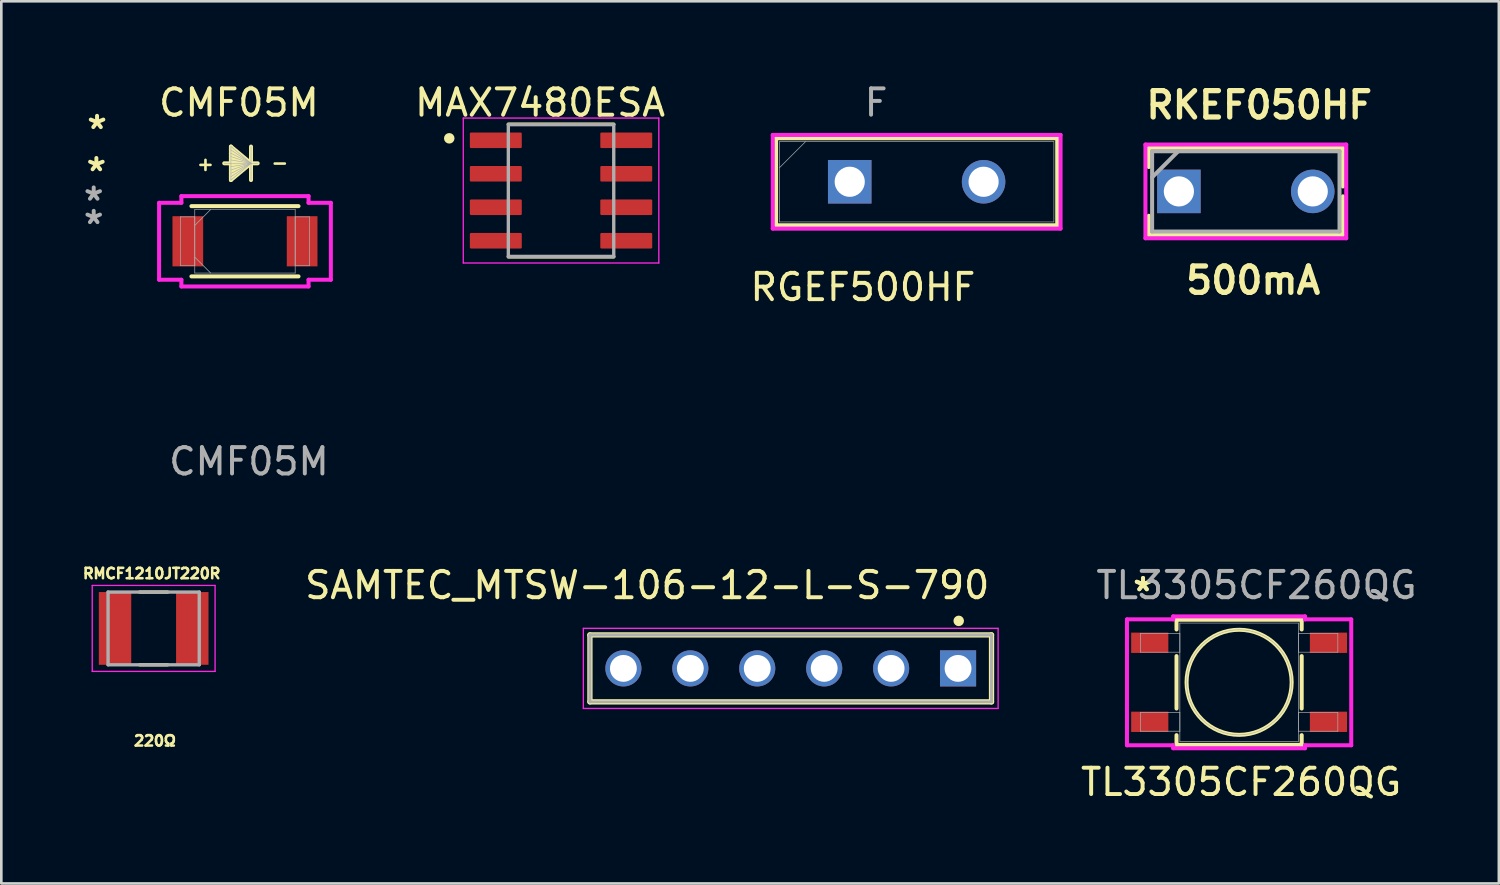
<source format=kicad_pcb>
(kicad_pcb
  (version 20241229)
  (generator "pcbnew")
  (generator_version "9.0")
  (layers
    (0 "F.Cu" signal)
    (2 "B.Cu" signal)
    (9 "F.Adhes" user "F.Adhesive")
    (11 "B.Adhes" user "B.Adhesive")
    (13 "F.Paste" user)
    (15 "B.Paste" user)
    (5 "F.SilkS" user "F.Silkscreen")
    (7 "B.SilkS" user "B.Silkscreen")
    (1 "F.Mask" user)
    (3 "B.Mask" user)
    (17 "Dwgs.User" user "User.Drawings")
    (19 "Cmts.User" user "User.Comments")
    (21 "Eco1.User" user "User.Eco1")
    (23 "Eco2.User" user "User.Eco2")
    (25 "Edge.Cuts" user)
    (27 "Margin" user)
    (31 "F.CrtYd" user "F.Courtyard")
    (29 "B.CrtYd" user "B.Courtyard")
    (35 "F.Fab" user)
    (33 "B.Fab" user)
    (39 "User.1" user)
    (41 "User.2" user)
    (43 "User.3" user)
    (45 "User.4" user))
  (footprint "RGEF500HF"
    (layer "F.Cu")
    (at 29.195 3.848)
    (property "Reference" "RGEF500HF" (at 0.5 4 0) (unlocked yes) (layer "F.SilkS") (effects (font (size 1 1) (thickness 0.15))))
    (attr through_hole)
    (fp_line (start -2.794 -1.651) (end -2.794 1.651) (stroke (width 0.152) (type solid)) (layer "F.SilkS"))
    (fp_line (start -2.794 1.651) (end 7.874 1.651) (stroke (width 0.152) (type solid)) (layer "F.SilkS"))
    (fp_line (start 7.874 -1.651) (end -2.794 -1.651) (stroke (width 0.152) (type solid)) (layer "F.SilkS"))
    (fp_line (start 7.874 1.651) (end 7.874 -1.651) (stroke (width 0.152) (type solid)) (layer "F.SilkS"))
    (fp_line (start -2.921 -1.778) (end 8.001 -1.778) (stroke (width 0.152) (type solid)) (layer "F.CrtYd"))
    (fp_line (start -2.921 1.778) (end -2.921 -1.778) (stroke (width 0.152) (type solid)) (layer "F.CrtYd"))
    (fp_line (start 8.001 -1.778) (end 8.001 1.778) (stroke (width 0.152) (type solid)) (layer "F.CrtYd"))
    (fp_line (start 8.001 1.778) (end -2.921 1.778) (stroke (width 0.152) (type solid)) (layer "F.CrtYd"))
    (fp_line (start -2.667 -1.524) (end -2.667 1.524) (stroke (width 0.025) (type solid)) (layer "F.Fab"))
    (fp_line (start -2.667 -0.533) (end -1.676 -1.524) (stroke (width 0.025) (type solid)) (layer "F.Fab"))
    (fp_line (start -2.667 1.524) (end 7.747 1.524) (stroke (width 0.025) (type solid)) (layer "F.Fab"))
    (fp_line (start 7.747 -1.524) (end -2.667 -1.524) (stroke (width 0.025) (type solid)) (layer "F.Fab"))
    (fp_line (start 7.747 1.524) (end 7.747 -1.524) (stroke (width 0.025) (type solid)) (layer "F.Fab"))
    (fp_text user "F" (at 1 -3 0) (unlocked yes) (layer "F.Fab") (effects (font (size 1 1) (thickness 0.15))))
    (pad "1" thru_hole rect (at 0 0) (size 1.651 1.651) (drill 1.143) (layers "*.Cu" "*.Mask"))
    (pad "2" thru_hole circle (at 5.08 0) (size 1.651 1.651) (drill 1.143) (layers "*.Cu" "*.Mask")))
  (footprint "TL3305CF260QG"
    (layer "F.Cu")
    (at 43.971 22.842)
    (property "Reference" "TL3305CF260QG" (at 0.076 3.785 0) (unlocked yes) (layer "F.SilkS") (effects (font (size 1 1) (thickness 0.15))))
    (attr smd)
    (fp_line (start -2.375 -2.375) (end -2.375 -2.005) (stroke (width 0.152) (type solid)) (layer "F.SilkS"))
    (fp_line (start -2.375 -0.995) (end -2.375 0.995) (stroke (width 0.152) (type solid)) (layer "F.SilkS"))
    (fp_line (start -2.375 2.005) (end -2.375 2.375) (stroke (width 0.152) (type solid)) (layer "F.SilkS"))
    (fp_line (start -2.375 2.375) (end 2.375 2.375) (stroke (width 0.152) (type solid)) (layer "F.SilkS"))
    (fp_line (start 2.375 -2.375) (end -2.375 -2.375) (stroke (width 0.152) (type solid)) (layer "F.SilkS"))
    (fp_line (start 2.375 -2.005) (end 2.375 -2.375) (stroke (width 0.152) (type solid)) (layer "F.SilkS"))
    (fp_line (start 2.375 0.995) (end 2.375 -0.995) (stroke (width 0.152) (type solid)) (layer "F.SilkS"))
    (fp_line (start 2.375 2.375) (end 2.375 2.005) (stroke (width 0.152) (type solid)) (layer "F.SilkS"))
    (fp_circle (center 0 0) (end 1.994 0) (stroke (width 0.152) (type solid)) (fill no) (layer "F.SilkS"))
    (fp_line (start -4.255 -2.389) (end -2.502 -2.389) (stroke (width 0.152) (type solid)) (layer "F.CrtYd"))
    (fp_line (start -4.255 2.389) (end -4.255 -2.389) (stroke (width 0.152) (type solid)) (layer "F.CrtYd"))
    (fp_line (start -2.502 -2.502) (end 2.502 -2.502) (stroke (width 0.152) (type solid)) (layer "F.CrtYd"))
    (fp_line (start -2.502 -2.389) (end -2.502 -2.502) (stroke (width 0.152) (type solid)) (layer "F.CrtYd"))
    (fp_line (start -2.502 2.389) (end -4.255 2.389) (stroke (width 0.152) (type solid)) (layer "F.CrtYd"))
    (fp_line (start -2.502 2.502) (end -2.502 2.389) (stroke (width 0.152) (type solid)) (layer "F.CrtYd"))
    (fp_line (start 2.502 -2.502) (end 2.502 -2.389) (stroke (width 0.152) (type solid)) (layer "F.CrtYd"))
    (fp_line (start 2.502 -2.389) (end 4.255 -2.389) (stroke (width 0.152) (type solid)) (layer "F.CrtYd"))
    (fp_line (start 2.502 2.389) (end 2.502 2.502) (stroke (width 0.152) (type solid)) (layer "F.CrtYd"))
    (fp_line (start 2.502 2.502) (end -2.502 2.502) (stroke (width 0.152) (type solid)) (layer "F.CrtYd"))
    (fp_line (start 4.255 -2.389) (end 4.255 2.389) (stroke (width 0.152) (type solid)) (layer "F.CrtYd"))
    (fp_line (start 4.255 2.389) (end 2.502 2.389) (stroke (width 0.152) (type solid)) (layer "F.CrtYd"))
    (fp_line (start -3.747 -1.856) (end -3.747 -1.144) (stroke (width 0.025) (type solid)) (layer "F.Fab"))
    (fp_line (start -3.747 -1.144) (end -2.248 -1.144) (stroke (width 0.025) (type solid)) (layer "F.Fab"))
    (fp_line (start -3.747 1.144) (end -3.747 1.856) (stroke (width 0.025) (type solid)) (layer "F.Fab"))
    (fp_line (start -3.747 1.856) (end -2.248 1.856) (stroke (width 0.025) (type solid)) (layer "F.Fab"))
    (fp_line (start -2.248 -2.248) (end -2.248 2.248) (stroke (width 0.025) (type solid)) (layer "F.Fab"))
    (fp_line (start -2.248 -1.856) (end -3.747 -1.856) (stroke (width 0.025) (type solid)) (layer "F.Fab"))
    (fp_line (start -2.248 -1.144) (end -2.248 -1.856) (stroke (width 0.025) (type solid)) (layer "F.Fab"))
    (fp_line (start -2.248 1.144) (end -3.747 1.144) (stroke (width 0.025) (type solid)) (layer "F.Fab"))
    (fp_line (start -2.248 1.856) (end -2.248 1.144) (stroke (width 0.025) (type solid)) (layer "F.Fab"))
    (fp_line (start -2.248 2.248) (end 2.248 2.248) (stroke (width 0.025) (type solid)) (layer "F.Fab"))
    (fp_line (start 2.248 -2.248) (end -2.248 -2.248) (stroke (width 0.025) (type solid)) (layer "F.Fab"))
    (fp_line (start 2.248 -1.856) (end 2.248 -1.144) (stroke (width 0.025) (type solid)) (layer "F.Fab"))
    (fp_line (start 2.248 -1.144) (end 3.747 -1.144) (stroke (width 0.025) (type solid)) (layer "F.Fab"))
    (fp_line (start 2.248 1.144) (end 2.248 1.856) (stroke (width 0.025) (type solid)) (layer "F.Fab"))
    (fp_line (start 2.248 1.856) (end 3.747 1.856) (stroke (width 0.025) (type solid)) (layer "F.Fab"))
    (fp_line (start 2.248 2.248) (end 2.248 -2.248) (stroke (width 0.025) (type solid)) (layer "F.Fab"))
    (fp_line (start 3.747 -1.856) (end 2.248 -1.856) (stroke (width 0.025) (type solid)) (layer "F.Fab"))
    (fp_line (start 3.747 -1.144) (end 3.747 -1.856) (stroke (width 0.025) (type solid)) (layer "F.Fab"))
    (fp_line (start 3.747 1.144) (end 2.248 1.144) (stroke (width 0.025) (type solid)) (layer "F.Fab"))
    (fp_line (start 3.747 1.856) (end 3.747 1.144) (stroke (width 0.025) (type solid)) (layer "F.Fab"))
    (fp_circle (center 0 0) (end 1.994 0) (stroke (width 0.025) (type solid)) (fill no) (layer "F.Fab"))
    (fp_text user "*" (at -3.645 -3.414 0) (unlocked yes) (layer "F.SilkS") (effects (font (size 1 1) (thickness 0.15))))
    (fp_text user "*" (at -3.645 -3.414 0) (layer "F.SilkS") (effects (font (size 1 1) (thickness 0.15))))
    (fp_text user "${REFERENCE}" (at 0.66 -3.683 0) (unlocked yes) (layer "F.Fab") (effects (font (size 1 1) (thickness 0.15))))
    (pad "1" smd rect (at -3.391 -1.5) (size 1.411 0.771) (layers "F.Cu" "F.Mask" "F.Paste"))
    (pad "2" smd rect (at 3.391 -1.5) (size 1.411 0.771) (layers "F.Cu" "F.Mask" "F.Paste"))
    (pad "3" smd rect (at -3.391 1.5) (size 1.411 0.771) (layers "F.Cu" "F.Mask" "F.Paste"))
    (pad "4" smd rect (at 3.391 1.5) (size 1.411 0.771) (layers "F.Cu" "F.Mask" "F.Paste")))
  (footprint "RKEF050HF"
    (layer "F.Cu")
    (at 41.686 4.213)
    (property "Reference" "RKEF050HF" (at 3.048 -3.277 0) (layer "F.SilkS") (effects (font (size 1 1) (thickness 0.2))))
    (attr through_hole)
    (fp_line (start -1.143 -1.651) (end -1.143 -0.925) (stroke (width 0.152) (type solid)) (layer "F.SilkS"))
    (fp_line (start -1.143 0.925) (end -1.143 1.651) (stroke (width 0.152) (type solid)) (layer "F.SilkS"))
    (fp_line (start -1.143 1.651) (end 6.223 1.651) (stroke (width 0.152) (type solid)) (layer "F.SilkS"))
    (fp_line (start 6.223 -1.651) (end -1.143 -1.651) (stroke (width 0.152) (type solid)) (layer "F.SilkS"))
    (fp_line (start 6.223 -0.187) (end 6.223 -1.651) (stroke (width 0.152) (type solid)) (layer "F.SilkS"))
    (fp_line (start 6.223 1.651) (end 6.223 0.187) (stroke (width 0.152) (type solid)) (layer "F.SilkS"))
    (fp_line (start -1.27 -1.778) (end 6.35 -1.778) (stroke (width 0.152) (type solid)) (layer "F.CrtYd"))
    (fp_line (start -1.27 1.778) (end -1.27 -1.778) (stroke (width 0.152) (type solid)) (layer "F.CrtYd"))
    (fp_line (start 6.35 -1.778) (end 6.35 1.778) (stroke (width 0.152) (type solid)) (layer "F.CrtYd"))
    (fp_line (start 6.35 1.778) (end -1.27 1.778) (stroke (width 0.152) (type solid)) (layer "F.CrtYd"))
    (fp_line (start -1.016 -1.524) (end -1.016 1.524) (stroke (width 0.152) (type solid)) (layer "F.Fab"))
    (fp_line (start -1.016 -0.533) (end -0.025 -1.524) (stroke (width 0.152) (type solid)) (layer "F.Fab"))
    (fp_line (start -1.016 1.524) (end 6.096 1.524) (stroke (width 0.152) (type solid)) (layer "F.Fab"))
    (fp_line (start 6.096 -1.524) (end -1.016 -1.524) (stroke (width 0.152) (type solid)) (layer "F.Fab"))
    (fp_line (start 6.096 1.524) (end 6.096 -1.524) (stroke (width 0.152) (type solid)) (layer "F.Fab"))
    (fp_text user "500mA" (at 2.819 3.378 0) (unlocked yes) (layer "F.SilkS") (effects (font (size 1 1) (thickness 0.2))))
    (pad "1" thru_hole rect (at 0 0) (size 1.651 1.651) (drill 1.143) (layers "*.Cu" "*.Mask"))
    (pad "2" thru_hole circle (at 5.08 0) (size 1.651 1.651) (drill 1.143) (layers "*.Cu" "*.Mask")))
  (footprint "MAX7480ESA"
    (layer "F.Cu")
    (at 18.24 4.18)
    (property "Reference" "MAX7480ESA" (at -0.795 -3.332 0) (layer "F.SilkS") (effects (font (size 1 1) (thickness 0.15))))
    (attr smd)
    (fp_line (start -2 -2.52) (end 2 -2.52) (stroke (width 0.127) (type solid)) (layer "F.SilkS"))
    (fp_line (start -2 2.52) (end 2 2.52) (stroke (width 0.127) (type solid)) (layer "F.SilkS"))
    (fp_circle (center -4.242 -1.981) (end -4.142 -1.981) (stroke (width 0.2) (type solid)) (fill no) (layer "F.SilkS"))
    (fp_line (start -3.71 -2.75) (end -3.71 2.75) (stroke (width 0.05) (type solid)) (layer "F.CrtYd"))
    (fp_line (start -3.71 -2.75) (end 3.71 -2.75) (stroke (width 0.05) (type solid)) (layer "F.CrtYd"))
    (fp_line (start -3.71 2.75) (end 3.71 2.75) (stroke (width 0.05) (type solid)) (layer "F.CrtYd"))
    (fp_line (start 3.71 -2.75) (end 3.71 2.75) (stroke (width 0.05) (type solid)) (layer "F.CrtYd"))
    (fp_line (start -2 -2.5) (end -2 2.5) (stroke (width 0.127) (type solid)) (layer "F.Fab"))
    (fp_line (start -2 -2.5) (end 2 -2.5) (stroke (width 0.127) (type solid)) (layer "F.Fab"))
    (fp_line (start -2 2.5) (end 2 2.5) (stroke (width 0.127) (type solid)) (layer "F.Fab"))
    (fp_line (start 2 -2.5) (end 2 2.5) (stroke (width 0.127) (type solid)) (layer "F.Fab"))
    (pad "1" smd roundrect (at -2.475 -1.905) (size 1.97 0.59) (layers "F.Cu" "F.Mask" "F.Paste") (roundrect_rratio 0.07))
    (pad "2" smd roundrect (at -2.475 -0.635) (size 1.97 0.59) (layers "F.Cu" "F.Mask" "F.Paste") (roundrect_rratio 0.07))
    (pad "3" smd roundrect (at -2.475 0.635) (size 1.97 0.59) (layers "F.Cu" "F.Mask" "F.Paste") (roundrect_rratio 0.07))
    (pad "4" smd roundrect (at -2.475 1.905) (size 1.97 0.59) (layers "F.Cu" "F.Mask" "F.Paste") (roundrect_rratio 0.07))
    (pad "5" smd roundrect (at 2.475 1.905) (size 1.97 0.59) (layers "F.Cu" "F.Mask" "F.Paste") (roundrect_rratio 0.07))
    (pad "6" smd roundrect (at 2.475 0.635) (size 1.97 0.59) (layers "F.Cu" "F.Mask" "F.Paste") (roundrect_rratio 0.07))
    (pad "7" smd roundrect (at 2.475 -0.635) (size 1.97 0.59) (layers "F.Cu" "F.Mask" "F.Paste") (roundrect_rratio 0.07))
    (pad "8" smd roundrect (at 2.475 -1.905) (size 1.97 0.59) (layers "F.Cu" "F.Mask" "F.Paste") (roundrect_rratio 0.07)))
  (footprint "RMCF1210JT220R"
    (layer "F.Cu")
    (at 2.781 20.797)
    (property "Reference" "RMCF1210JT220R" (at -0.076 -2.083 0) (layer "F.SilkS") (effects (font (size 0.394 0.394) (thickness 0.098))))
    (attr smd)
    (fp_line (start -0.53 -1.38) (end 0.53 -1.38) (stroke (width 0.127) (type solid)) (layer "F.SilkS"))
    (fp_line (start -0.53 1.38) (end 0.53 1.38) (stroke (width 0.127) (type solid)) (layer "F.SilkS"))
    (fp_line (start -2.331 -1.631) (end 2.331 -1.631) (stroke (width 0.05) (type solid)) (layer "F.CrtYd"))
    (fp_line (start -2.331 1.631) (end -2.331 -1.631) (stroke (width 0.05) (type solid)) (layer "F.CrtYd"))
    (fp_line (start -2.331 1.631) (end 2.331 1.631) (stroke (width 0.05) (type solid)) (layer "F.CrtYd"))
    (fp_line (start 2.331 1.631) (end 2.331 -1.631) (stroke (width 0.05) (type solid)) (layer "F.CrtYd"))
    (fp_line (start -1.73 1.38) (end -1.73 -1.38) (stroke (width 0.127) (type solid)) (layer "F.Fab"))
    (fp_line (start 1.73 -1.38) (end -1.73 -1.38) (stroke (width 0.127) (type solid)) (layer "F.Fab"))
    (fp_line (start 1.73 1.38) (end -1.73 1.38) (stroke (width 0.127) (type solid)) (layer "F.Fab"))
    (fp_line (start 1.73 1.38) (end 1.73 -1.38) (stroke (width 0.127) (type solid)) (layer "F.Fab"))
    (fp_text user "220Ω" (at 0.051 4.267 0) (unlocked yes) (layer "F.SilkS") (effects (font (size 0.394 0.394) (thickness 0.098))))
    (pad "1" smd rect (at -1.466 0) (size 1.23 2.76) (layers "F.Cu" "F.Mask" "F.Paste"))
    (pad "2" smd rect (at 1.466 0) (size 1.23 2.76) (layers "F.Cu" "F.Mask" "F.Paste")))
  (footprint "SAMTEC_MTSW-106-12-L-S-790"
    (layer "F.Cu")
    (at 26.956 22.314)
    (property "Reference" "SAMTEC_MTSW-106-12-L-S-790" (at -5.445 -3.155 0) (layer "F.SilkS") (effects (font (size 1 1) (thickness 0.15))))
    (attr through_hole)
    (fp_line (start -7.62 1.27) (end -7.62 -1.27) (stroke (width 0.2) (type solid)) (layer "F.SilkS"))
    (fp_line (start 7.62 -1.27) (end -7.62 -1.27) (stroke (width 0.2) (type solid)) (layer "F.SilkS"))
    (fp_line (start 7.62 -1.27) (end 7.62 1.27) (stroke (width 0.2) (type solid)) (layer "F.SilkS"))
    (fp_line (start 7.62 1.27) (end -7.62 1.27) (stroke (width 0.2) (type solid)) (layer "F.SilkS"))
    (fp_circle (center 6.375 -1.803) (end 6.475 -1.803) (stroke (width 0.2) (type solid)) (fill no) (layer "F.SilkS"))
    (fp_line (start -7.87 -1.52) (end 7.87 -1.52) (stroke (width 0.05) (type solid)) (layer "F.CrtYd"))
    (fp_line (start -7.87 1.52) (end -7.87 -1.52) (stroke (width 0.05) (type solid)) (layer "F.CrtYd"))
    (fp_line (start 7.87 -1.52) (end 7.87 1.52) (stroke (width 0.05) (type solid)) (layer "F.CrtYd"))
    (fp_line (start 7.87 1.52) (end -7.87 1.52) (stroke (width 0.05) (type solid)) (layer "F.CrtYd"))
    (fp_line (start -7.62 -1.27) (end 7.62 -1.27) (stroke (width 0.1) (type solid)) (layer "F.Fab"))
    (fp_line (start -7.62 -1.27) (end 7.62 -1.27) (stroke (width 0.1) (type solid)) (layer "F.Fab"))
    (fp_line (start -7.62 1.27) (end -7.62 -1.27) (stroke (width 0.1) (type solid)) (layer "F.Fab"))
    (fp_line (start -7.62 1.27) (end -7.62 -1.27) (stroke (width 0.1) (type solid)) (layer "F.Fab"))
    (fp_line (start 7.62 -1.27) (end 7.62 1.27) (stroke (width 0.1) (type solid)) (layer "F.Fab"))
    (fp_line (start 7.62 -1.27) (end 7.62 1.27) (stroke (width 0.1) (type solid)) (layer "F.Fab"))
    (fp_line (start 7.62 1.27) (end -7.62 1.27) (stroke (width 0.1) (type solid)) (layer "F.Fab"))
    (pad "01" thru_hole rect (at 6.35 0) (size 1.37 1.37) (drill 1.02) (layers "*.Cu" "*.Mask"))
    (pad "02" thru_hole circle (at 3.81 0) (size 1.37 1.37) (drill 1.02) (layers "*.Cu" "*.Mask"))
    (pad "03" thru_hole circle (at 1.27 0) (size 1.37 1.37) (drill 1.02) (layers "*.Cu" "*.Mask"))
    (pad "04" thru_hole circle (at -1.27 0) (size 1.37 1.37) (drill 1.02) (layers "*.Cu" "*.Mask"))
    (pad "05" thru_hole circle (at -3.81 0) (size 1.37 1.37) (drill 1.02) (layers "*.Cu" "*.Mask"))
    (pad "06" thru_hole circle (at -6.35 0) (size 1.37 1.37) (drill 1.02) (layers "*.Cu" "*.Mask")))
  (footprint "CMF05M"
    (layer "F.Cu")
    (at 6.246 6.106)
    (property "Reference" "CMF05M" (at -0.229 -5.258 0) (unlocked yes) (layer "F.SilkS") (effects (font (size 1 1) (thickness 0.15))))
    (attr smd)
    (fp_line (start -2.032 1.333) (end 2.032 1.333) (stroke (width 0.152) (type solid)) (layer "F.SilkS"))
    (fp_line (start -0.787 -2.959) (end 0.483 -2.959) (stroke (width 0.152) (type solid)) (layer "F.SilkS"))
    (fp_line (start -0.533 -3.594) (end -0.533 -2.324) (stroke (width 0.152) (type solid)) (layer "F.SilkS"))
    (fp_line (start 0.229 -3.594) (end 0.229 -2.324) (stroke (width 0.152) (type solid)) (layer "F.SilkS"))
    (fp_line (start 0.229 -2.959) (end -0.533 -3.594) (stroke (width 0.152) (type solid)) (layer "F.SilkS"))
    (fp_line (start 0.229 -2.959) (end -0.533 -3.467) (stroke (width 0.152) (type solid)) (layer "F.SilkS"))
    (fp_line (start 0.229 -2.959) (end -0.533 -3.34) (stroke (width 0.152) (type solid)) (layer "F.SilkS"))
    (fp_line (start 0.229 -2.959) (end -0.533 -3.213) (stroke (width 0.152) (type solid)) (layer "F.SilkS"))
    (fp_line (start 0.229 -2.959) (end -0.533 -3.086) (stroke (width 0.152) (type solid)) (layer "F.SilkS"))
    (fp_line (start 0.229 -2.959) (end -0.533 -2.832) (stroke (width 0.152) (type solid)) (layer "F.SilkS"))
    (fp_line (start 0.229 -2.959) (end -0.533 -2.705) (stroke (width 0.152) (type solid)) (layer "F.SilkS"))
    (fp_line (start 0.229 -2.959) (end -0.533 -2.578) (stroke (width 0.152) (type solid)) (layer "F.SilkS"))
    (fp_line (start 0.229 -2.959) (end -0.533 -2.451) (stroke (width 0.152) (type solid)) (layer "F.SilkS"))
    (fp_line (start 0.229 -2.959) (end -0.533 -2.324) (stroke (width 0.152) (type solid)) (layer "F.SilkS"))
    (fp_line (start 2.032 -1.333) (end -2.032 -1.333) (stroke (width 0.152) (type solid)) (layer "F.SilkS"))
    (fp_line (start -3.259 -1.46) (end -2.413 -1.46) (stroke (width 0.152) (type solid)) (layer "F.CrtYd"))
    (fp_line (start -3.259 1.46) (end -3.259 -1.46) (stroke (width 0.152) (type solid)) (layer "F.CrtYd"))
    (fp_line (start -2.413 -1.714) (end 2.413 -1.714) (stroke (width 0.152) (type solid)) (layer "F.CrtYd"))
    (fp_line (start -2.413 -1.46) (end -2.413 -1.714) (stroke (width 0.152) (type solid)) (layer "F.CrtYd"))
    (fp_line (start -2.413 1.46) (end -3.259 1.46) (stroke (width 0.152) (type solid)) (layer "F.CrtYd"))
    (fp_line (start -2.413 1.714) (end -2.413 1.46) (stroke (width 0.152) (type solid)) (layer "F.CrtYd"))
    (fp_line (start 2.413 -1.714) (end 2.413 -1.46) (stroke (width 0.152) (type solid)) (layer "F.CrtYd"))
    (fp_line (start 2.413 -1.46) (end 3.259 -1.46) (stroke (width 0.152) (type solid)) (layer "F.CrtYd"))
    (fp_line (start 2.413 1.46) (end 2.413 1.714) (stroke (width 0.152) (type solid)) (layer "F.CrtYd"))
    (fp_line (start 2.413 1.714) (end -2.413 1.714) (stroke (width 0.152) (type solid)) (layer "F.CrtYd"))
    (fp_line (start 3.259 -1.46) (end 3.259 1.46) (stroke (width 0.152) (type solid)) (layer "F.CrtYd"))
    (fp_line (start 3.259 1.46) (end 2.413 1.46) (stroke (width 0.152) (type solid)) (layer "F.CrtYd"))
    (fp_line (start -2.451 -0.927) (end -2.451 0.927) (stroke (width 0.025) (type solid)) (layer "F.Fab"))
    (fp_line (start -2.451 0.927) (end -1.905 0.927) (stroke (width 0.025) (type solid)) (layer "F.Fab"))
    (fp_line (start -1.905 -1.206) (end -1.905 1.206) (stroke (width 0.025) (type solid)) (layer "F.Fab"))
    (fp_line (start -1.905 -0.927) (end -2.451 -0.927) (stroke (width 0.025) (type solid)) (layer "F.Fab"))
    (fp_line (start -1.905 -0.603) (end -1.302 -1.206) (stroke (width 0.025) (type solid)) (layer "F.Fab"))
    (fp_line (start -1.905 0.603) (end -1.302 1.206) (stroke (width 0.025) (type solid)) (layer "F.Fab"))
    (fp_line (start -1.905 0.927) (end -1.905 -0.927) (stroke (width 0.025) (type solid)) (layer "F.Fab"))
    (fp_line (start -1.905 1.206) (end 1.905 1.206) (stroke (width 0.025) (type solid)) (layer "F.Fab"))
    (fp_line (start -0.787 -2.959) (end 0.483 -2.959) (stroke (width 0.025) (type solid)) (layer "F.Fab"))
    (fp_line (start -0.533 -3.594) (end -0.533 -2.324) (stroke (width 0.025) (type solid)) (layer "F.Fab"))
    (fp_line (start 0.229 -3.594) (end 0.229 -2.324) (stroke (width 0.025) (type solid)) (layer "F.Fab"))
    (fp_line (start 0.229 -2.959) (end -0.533 -3.594) (stroke (width 0.025) (type solid)) (layer "F.Fab"))
    (fp_line (start 0.229 -2.959) (end -0.533 -3.467) (stroke (width 0.025) (type solid)) (layer "F.Fab"))
    (fp_line (start 0.229 -2.959) (end -0.533 -3.34) (stroke (width 0.025) (type solid)) (layer "F.Fab"))
    (fp_line (start 0.229 -2.959) (end -0.533 -3.213) (stroke (width 0.025) (type solid)) (layer "F.Fab"))
    (fp_line (start 0.229 -2.959) (end -0.533 -3.086) (stroke (width 0.025) (type solid)) (layer "F.Fab"))
    (fp_line (start 0.229 -2.959) (end -0.533 -2.832) (stroke (width 0.025) (type solid)) (layer "F.Fab"))
    (fp_line (start 0.229 -2.959) (end -0.533 -2.705) (stroke (width 0.025) (type solid)) (layer "F.Fab"))
    (fp_line (start 0.229 -2.959) (end -0.533 -2.578) (stroke (width 0.025) (type solid)) (layer "F.Fab"))
    (fp_line (start 0.229 -2.959) (end -0.533 -2.451) (stroke (width 0.025) (type solid)) (layer "F.Fab"))
    (fp_line (start 0.229 -2.959) (end -0.533 -2.324) (stroke (width 0.025) (type solid)) (layer "F.Fab"))
    (fp_line (start 1.905 -1.206) (end -1.905 -1.206) (stroke (width 0.025) (type solid)) (layer "F.Fab"))
    (fp_line (start 1.905 -0.927) (end 1.905 0.927) (stroke (width 0.025) (type solid)) (layer "F.Fab"))
    (fp_line (start 1.905 0.927) (end 2.451 0.927) (stroke (width 0.025) (type solid)) (layer "F.Fab"))
    (fp_line (start 1.905 1.206) (end 1.905 -1.206) (stroke (width 0.025) (type solid)) (layer "F.Fab"))
    (fp_line (start 2.451 -0.927) (end 1.905 -0.927) (stroke (width 0.025) (type solid)) (layer "F.Fab"))
    (fp_line (start 2.451 0.927) (end 2.451 -0.927) (stroke (width 0.025) (type solid)) (layer "F.Fab"))
    (fp_text user "+" (at -1.499 -2.934 0) (unlocked yes) (layer "F.SilkS") (effects (font (size 0.5 0.5) (thickness 0.1))))
    (fp_text user "*" (at -5.639 -2.616 0) (unlocked yes) (layer "F.SilkS") (effects (font (size 1 1) (thickness 0.15))))
    (fp_text user "-" (at 1.321 -2.985 0) (unlocked yes) (layer "F.SilkS") (effects (font (size 0.5 0.5) (thickness 0.1))))
    (fp_text user "*" (at -5.613 -4.216 0) (layer "F.SilkS") (effects (font (size 1 1) (thickness 0.15))))
    (fp_text user "*" (at -5.74 -0.61 0) (unlocked yes) (layer "F.Fab") (effects (font (size 1 1) (thickness 0.15))))
    (fp_text user "${REFERENCE}" (at 0.152 8.357 0) (unlocked yes) (layer "F.Fab") (effects (font (size 1 1) (thickness 0.15))))
    (fp_text user "*" (at -5.74 -1.499 0) (layer "F.Fab") (effects (font (size 1 1) (thickness 0.15))))
    (pad "1" smd rect (at -2.169 0) (size 1.164 1.904) (layers "F.Cu" "F.Mask" "F.Paste"))
    (pad "2" smd rect (at 2.169 0) (size 1.164 1.904) (layers "F.Cu" "F.Mask" "F.Paste"))
    (zone (net_name "") (layer "F.Cu") (hatch full 0.508) (connect_pads) (min_thickness 0.254) (filled_areas_thickness no) (keepout (tracks not_allowed) (vias not_allowed) (pads allowed) (copperpour not_allowed) (footprints allowed)) (placement (enabled no)) (fill) (polygon (pts (xy 4.71 4.95) (xy 7.783 4.95) (xy 7.783 7.262) (xy 4.71 7.262)))))
  (gr_rect
    (start -3 -3)
    (end 53.828 30.475)
    (stroke (width 0.1) (type default))
    (fill no)
    (layer "Edge.Cuts")))
</source>
